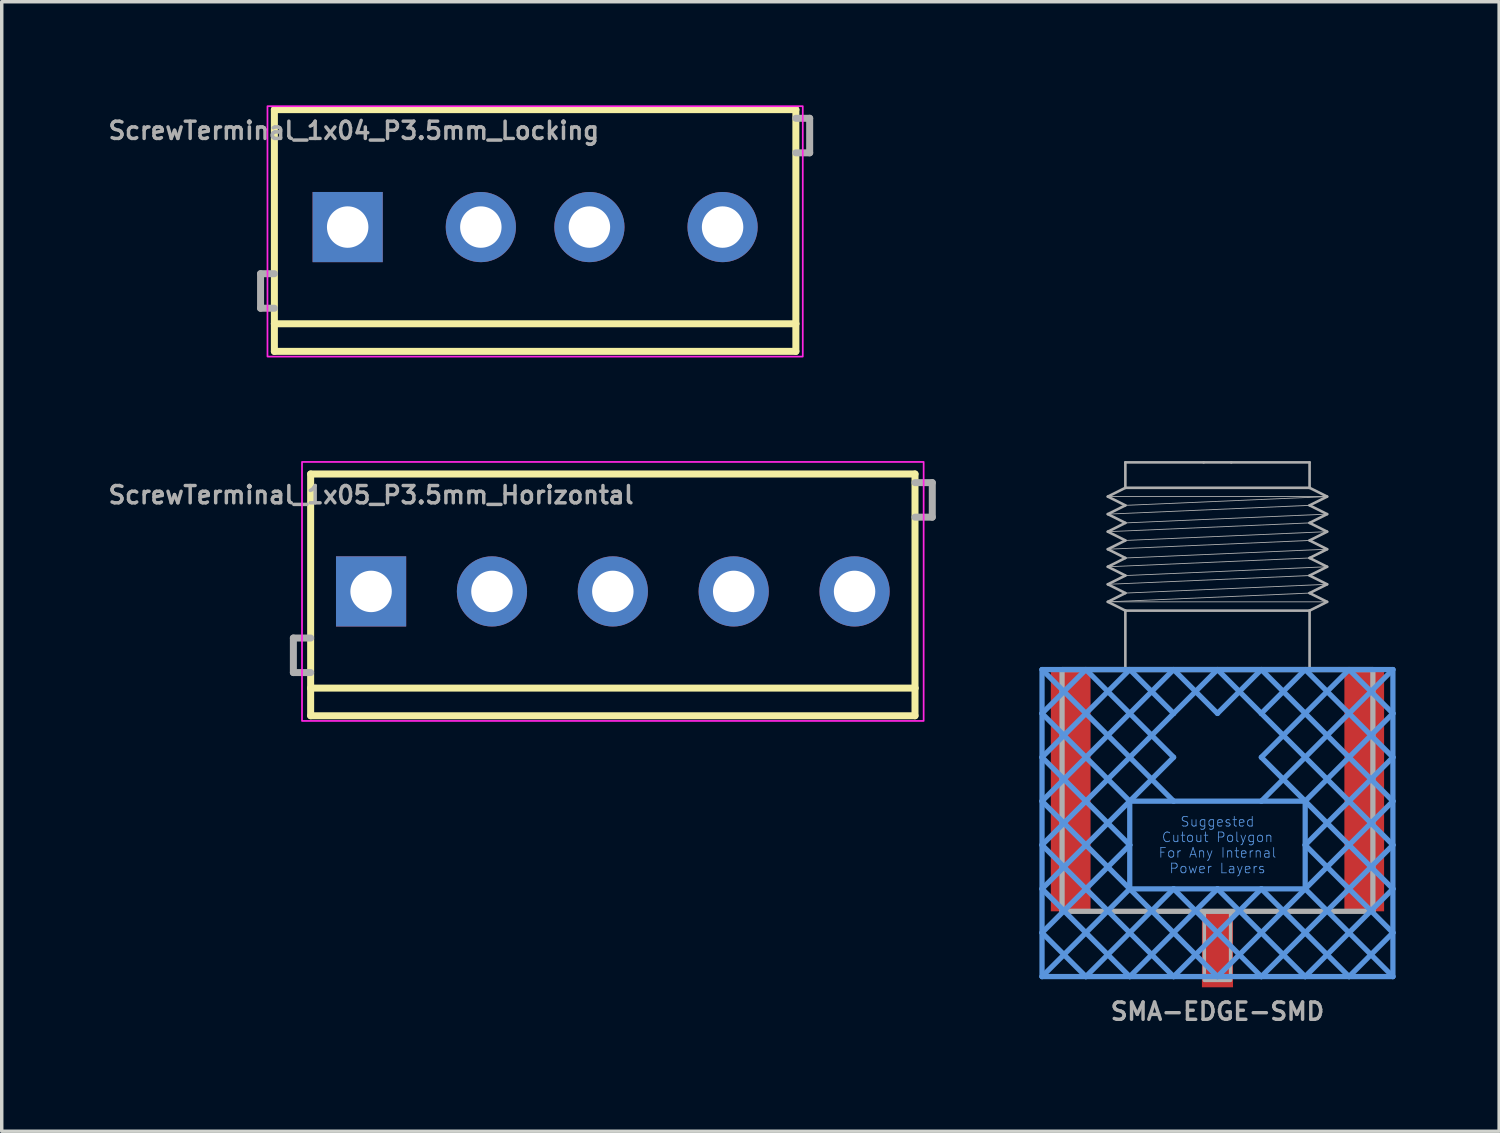
<source format=kicad_pcb>
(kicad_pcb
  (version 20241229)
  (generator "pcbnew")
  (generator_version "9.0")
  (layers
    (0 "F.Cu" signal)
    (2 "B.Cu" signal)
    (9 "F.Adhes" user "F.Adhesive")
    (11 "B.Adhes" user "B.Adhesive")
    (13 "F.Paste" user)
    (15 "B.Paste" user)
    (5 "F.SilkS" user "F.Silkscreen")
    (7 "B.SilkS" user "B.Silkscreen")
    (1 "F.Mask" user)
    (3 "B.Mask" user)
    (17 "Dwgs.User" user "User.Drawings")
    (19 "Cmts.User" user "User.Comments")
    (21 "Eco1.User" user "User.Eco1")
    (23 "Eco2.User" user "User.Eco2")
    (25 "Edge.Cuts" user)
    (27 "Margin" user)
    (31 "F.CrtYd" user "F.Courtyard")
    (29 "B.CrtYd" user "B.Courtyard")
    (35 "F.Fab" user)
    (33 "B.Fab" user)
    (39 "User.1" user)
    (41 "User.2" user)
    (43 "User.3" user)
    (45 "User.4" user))
  (footprint "ScrewTerminal_1x04_P3.5mm_Locking"
    (layer "F.Cu")
    (at 7.195 3.525)
    (property "Reference" "ScrewTerminal_1x04_P3.5mm_Locking" (at 0 -2.5 0) (layer "F.Fab") (effects (font (size 0.5 0.5) (thickness 0.1)) (justify bottom)))
    (attr through_hole)
    (fp_line (start -2.3 -3.4) (end 12.8 -3.4) (stroke (width 0.203) (type solid)) (layer "F.SilkS"))
    (fp_line (start -2.3 2.8) (end -2.3 -3.4) (stroke (width 0.203) (type solid)) (layer "F.SilkS"))
    (fp_line (start -2.3 3.6) (end -2.3 2.8) (stroke (width 0.203) (type solid)) (layer "F.SilkS"))
    (fp_line (start 12.8 -3.4) (end 12.8 2.8) (stroke (width 0.203) (type solid)) (layer "F.SilkS"))
    (fp_line (start 12.8 2.8) (end -2.3 2.8) (stroke (width 0.203) (type solid)) (layer "F.SilkS"))
    (fp_line (start 12.8 2.8) (end 12.8 3.6) (stroke (width 0.203) (type solid)) (layer "F.SilkS"))
    (fp_line (start 12.8 3.6) (end -2.3 3.6) (stroke (width 0.203) (type solid)) (layer "F.SilkS"))
    (fp_rect (start -2.5 -3.5) (end 13 3.75) (stroke (width 0.05) (type default)) (fill no) (layer "F.CrtYd"))
    (fp_line (start -2.7 1.35) (end -2.7 2.35) (stroke (width 0.203) (type solid)) (layer "F.Fab"))
    (fp_line (start -2.7 2.35) (end -2.3 2.35) (stroke (width 0.203) (type solid)) (layer "F.Fab"))
    (fp_line (start -2.3 1.35) (end -2.7 1.35) (stroke (width 0.203) (type solid)) (layer "F.Fab"))
    (fp_line (start 12.8 -3.15) (end 13.2 -3.15) (stroke (width 0.203) (type solid)) (layer "F.Fab"))
    (fp_line (start 13.2 -3.15) (end 13.2 -2.15) (stroke (width 0.203) (type solid)) (layer "F.Fab"))
    (fp_line (start 13.2 -2.15) (end 12.8 -2.15) (stroke (width 0.203) (type solid)) (layer "F.Fab"))
    (fp_circle (center 0 0) (end 0.425 0) (stroke (width 0.001) (type solid)) (fill no) (layer "F.Fab"))
    (fp_circle (center 3.5 0) (end 3.925 0) (stroke (width 0.001) (type solid)) (fill no) (layer "F.Fab"))
    (fp_circle (center 7 0) (end 7.425 0) (stroke (width 0.001) (type solid)) (fill no) (layer "F.Fab"))
    (fp_circle (center 10.5 0) (end 10.925 0) (stroke (width 0.001) (type solid)) (fill no) (layer "F.Fab"))
    (pad "1" thru_hole rect (at -0.178 0) (size 2.032 2.032) (drill 1.2) (layers "*.Cu" "*.Mask"))
    (pad "2" thru_hole circle (at 3.678 0) (size 2.032 2.032) (drill 1.2) (layers "*.Cu" "*.Mask"))
    (pad "3" thru_hole circle (at 6.822 0) (size 2.032 2.032) (drill 1.2) (layers "*.Cu" "*.Mask"))
    (pad "4" thru_hole circle (at 10.678 0) (size 2.032 2.032) (drill 1.2) (layers "*.Cu" "*.Mask")))
  (footprint "ScrewTerminal_1x05_P3.5mm_Horizontal"
    (layer "F.Cu")
    (at 7.695 14.075)
    (property "Reference" "ScrewTerminal_1x05_P3.5mm_Horizontal" (at 0 -2.5 0) (layer "F.Fab") (effects (font (size 0.5 0.5) (thickness 0.1)) (justify bottom)))
    (attr through_hole)
    (fp_line (start -1.75 -3.4) (end 15.75 -3.4) (stroke (width 0.203) (type solid)) (layer "F.SilkS"))
    (fp_line (start -1.75 2.8) (end -1.75 -3.4) (stroke (width 0.203) (type solid)) (layer "F.SilkS"))
    (fp_line (start -1.75 3.6) (end -1.75 2.8) (stroke (width 0.203) (type solid)) (layer "F.SilkS"))
    (fp_line (start 15.75 -3.4) (end 15.75 2.8) (stroke (width 0.203) (type solid)) (layer "F.SilkS"))
    (fp_line (start 15.75 2.8) (end -1.75 2.8) (stroke (width 0.203) (type solid)) (layer "F.SilkS"))
    (fp_line (start 15.75 2.8) (end 15.75 3.6) (stroke (width 0.203) (type solid)) (layer "F.SilkS"))
    (fp_line (start 15.75 3.6) (end -1.75 3.6) (stroke (width 0.203) (type solid)) (layer "F.SilkS"))
    (fp_rect (start -2 -3.75) (end 16 3.75) (stroke (width 0.05) (type default)) (fill no) (layer "F.CrtYd"))
    (fp_line (start -2.25 1.35) (end -2.25 2.35) (stroke (width 0.203) (type solid)) (layer "F.Fab"))
    (fp_line (start -2.25 2.35) (end -1.75 2.35) (stroke (width 0.203) (type solid)) (layer "F.Fab"))
    (fp_line (start -1.75 1.35) (end -2.25 1.35) (stroke (width 0.203) (type solid)) (layer "F.Fab"))
    (fp_line (start 15.75 -3.15) (end 16.25 -3.15) (stroke (width 0.203) (type solid)) (layer "F.Fab"))
    (fp_line (start 16.25 -3.15) (end 16.25 -2.15) (stroke (width 0.203) (type solid)) (layer "F.Fab"))
    (fp_line (start 16.25 -2.15) (end 15.75 -2.15) (stroke (width 0.203) (type solid)) (layer "F.Fab"))
    (pad "1" thru_hole rect (at 0 0) (size 2.032 2.032) (drill 1.2) (layers "*.Cu" "*.Mask"))
    (pad "2" thru_hole circle (at 3.5 0) (size 2.032 2.032) (drill 1.2) (layers "*.Cu" "*.Mask"))
    (pad "3" thru_hole circle (at 7 0) (size 2.032 2.032) (drill 1.2) (layers "*.Cu" "*.Mask"))
    (pad "4" thru_hole circle (at 10.5 0) (size 2.032 2.032) (drill 1.2) (layers "*.Cu" "*.Mask"))
    (pad "5" thru_hole circle (at 14 0) (size 2.032 2.032) (drill 1.2) (layers "*.Cu" "*.Mask")))
  (footprint "SMA-EDGE-SMD"
    (layer "F.Cu")
    (at 32.203 16.338)
    (property "Reference" "SMA-EDGE-SMD" (at 0 9.9 0) (layer "F.Fab") (effects (font (size 0.5 0.5) (thickness 0.1) (bold yes))))
    (fp_poly (pts (xy -4.93 7) (xy -3.68 7) (xy -3.68 0) (xy -4.93 0)) (stroke (width 0) (type default)) (fill yes) (layer "F.Paste"))
    (fp_poly (pts (xy -0.55 9.39) (xy 0.55 9.39) (xy 0.55 6.99) (xy -0.55 6.99)) (stroke (width 0) (type default)) (fill yes) (layer "F.Paste"))
    (fp_poly (pts (xy 3.68 7) (xy 4.93 7) (xy 4.93 0) (xy 3.68 0)) (stroke (width 0) (type default)) (fill yes) (layer "F.Paste"))
    (fp_line (start -5.08 0) (end -5.08 1.27) (stroke (width 0.152) (type solid)) (layer "Cmts.User"))
    (fp_line (start -5.08 0) (end -1.27 3.81) (stroke (width 0.152) (type solid)) (layer "Cmts.User"))
    (fp_line (start -5.08 1.27) (end -5.08 2.54) (stroke (width 0.152) (type solid)) (layer "Cmts.User"))
    (fp_line (start -5.08 1.27) (end -2.54 3.81) (stroke (width 0.152) (type solid)) (layer "Cmts.User"))
    (fp_line (start -5.08 2.54) (end -5.08 3.81) (stroke (width 0.152) (type solid)) (layer "Cmts.User"))
    (fp_line (start -5.08 2.54) (end -2.54 5.08) (stroke (width 0.152) (type solid)) (layer "Cmts.User"))
    (fp_line (start -5.08 3.81) (end -5.08 5.08) (stroke (width 0.152) (type solid)) (layer "Cmts.User"))
    (fp_line (start -5.08 3.81) (end -2.54 6.35) (stroke (width 0.152) (type solid)) (layer "Cmts.User"))
    (fp_line (start -5.08 5.08) (end -5.08 6.35) (stroke (width 0.152) (type solid)) (layer "Cmts.User"))
    (fp_line (start -5.08 5.08) (end -1.27 8.89) (stroke (width 0.152) (type solid)) (layer "Cmts.User"))
    (fp_line (start -5.08 6.35) (end -5.08 7.62) (stroke (width 0.152) (type solid)) (layer "Cmts.User"))
    (fp_line (start -5.08 6.35) (end -2.54 8.89) (stroke (width 0.152) (type solid)) (layer "Cmts.User"))
    (fp_line (start -5.08 7.62) (end -5.08 8.89) (stroke (width 0.152) (type solid)) (layer "Cmts.User"))
    (fp_line (start -5.08 7.62) (end -3.81 8.89) (stroke (width 0.152) (type solid)) (layer "Cmts.User"))
    (fp_line (start -5.08 8.89) (end -3.81 8.89) (stroke (width 0.152) (type solid)) (layer "Cmts.User"))
    (fp_line (start -3.81 0) (end -5.08 0) (stroke (width 0.152) (type solid)) (layer "Cmts.User"))
    (fp_line (start -3.81 0) (end -5.08 1.27) (stroke (width 0.152) (type solid)) (layer "Cmts.User"))
    (fp_line (start -3.81 0) (end -1.27 2.54) (stroke (width 0.152) (type solid)) (layer "Cmts.User"))
    (fp_line (start -3.81 8.89) (end -2.54 8.89) (stroke (width 0.152) (type solid)) (layer "Cmts.User"))
    (fp_line (start -2.54 0) (end -5.08 2.54) (stroke (width 0.152) (type solid)) (layer "Cmts.User"))
    (fp_line (start -2.54 0) (end -3.81 0) (stroke (width 0.152) (type solid)) (layer "Cmts.User"))
    (fp_line (start -2.54 0) (end -1.27 1.27) (stroke (width 0.152) (type solid)) (layer "Cmts.User"))
    (fp_line (start -2.54 3.81) (end -5.08 6.35) (stroke (width 0.152) (type solid)) (layer "Cmts.User"))
    (fp_line (start -2.54 3.81) (end -2.54 5.08) (stroke (width 0.152) (type solid)) (layer "Cmts.User"))
    (fp_line (start -2.54 5.08) (end -5.08 7.62) (stroke (width 0.152) (type solid)) (layer "Cmts.User"))
    (fp_line (start -2.54 5.08) (end -2.54 6.35) (stroke (width 0.152) (type solid)) (layer "Cmts.User"))
    (fp_line (start -2.54 6.35) (end -5.08 8.89) (stroke (width 0.152) (type solid)) (layer "Cmts.User"))
    (fp_line (start -2.54 6.35) (end -1.27 6.35) (stroke (width 0.152) (type solid)) (layer "Cmts.User"))
    (fp_line (start -2.54 6.35) (end 0 8.89) (stroke (width 0.152) (type solid)) (layer "Cmts.User"))
    (fp_line (start -2.54 8.89) (end -1.27 8.89) (stroke (width 0.152) (type solid)) (layer "Cmts.User"))
    (fp_line (start -1.27 0) (end -5.08 3.81) (stroke (width 0.152) (type solid)) (layer "Cmts.User"))
    (fp_line (start -1.27 0) (end -2.54 0) (stroke (width 0.152) (type solid)) (layer "Cmts.User"))
    (fp_line (start -1.27 0) (end 0 1.27) (stroke (width 0.152) (type solid)) (layer "Cmts.User"))
    (fp_line (start -1.27 1.27) (end -5.08 5.08) (stroke (width 0.152) (type solid)) (layer "Cmts.User"))
    (fp_line (start -1.27 2.54) (end -2.54 3.81) (stroke (width 0.152) (type solid)) (layer "Cmts.User"))
    (fp_line (start -1.27 3.81) (end -2.54 3.81) (stroke (width 0.152) (type solid)) (layer "Cmts.User"))
    (fp_line (start -1.27 6.35) (end -3.81 8.89) (stroke (width 0.152) (type solid)) (layer "Cmts.User"))
    (fp_line (start -1.27 6.35) (end 0 6.35) (stroke (width 0.152) (type solid)) (layer "Cmts.User"))
    (fp_line (start -1.27 6.35) (end 1.27 8.89) (stroke (width 0.152) (type solid)) (layer "Cmts.User"))
    (fp_line (start -1.27 8.89) (end 0 8.89) (stroke (width 0.152) (type solid)) (layer "Cmts.User"))
    (fp_line (start 0 0) (end -1.27 0) (stroke (width 0.152) (type solid)) (layer "Cmts.User"))
    (fp_line (start 0 0) (end -1.27 1.27) (stroke (width 0.152) (type solid)) (layer "Cmts.User"))
    (fp_line (start 0 0) (end 1.27 1.27) (stroke (width 0.152) (type solid)) (layer "Cmts.User"))
    (fp_line (start 0 6.35) (end -2.54 8.89) (stroke (width 0.152) (type solid)) (layer "Cmts.User"))
    (fp_line (start 0 6.35) (end 1.27 6.35) (stroke (width 0.152) (type solid)) (layer "Cmts.User"))
    (fp_line (start 0 6.35) (end 2.54 8.89) (stroke (width 0.152) (type solid)) (layer "Cmts.User"))
    (fp_line (start 0 8.89) (end 1.27 8.89) (stroke (width 0.152) (type solid)) (layer "Cmts.User"))
    (fp_line (start 1.27 0) (end 0 0) (stroke (width 0.152) (type solid)) (layer "Cmts.User"))
    (fp_line (start 1.27 0) (end 0 1.27) (stroke (width 0.152) (type solid)) (layer "Cmts.User"))
    (fp_line (start 1.27 0) (end 5.08 3.81) (stroke (width 0.152) (type solid)) (layer "Cmts.User"))
    (fp_line (start 1.27 1.27) (end 5.08 5.08) (stroke (width 0.152) (type solid)) (layer "Cmts.User"))
    (fp_line (start 1.27 2.54) (end 2.54 3.81) (stroke (width 0.152) (type solid)) (layer "Cmts.User"))
    (fp_line (start 1.27 3.81) (end -1.27 3.81) (stroke (width 0.152) (type solid)) (layer "Cmts.User"))
    (fp_line (start 1.27 6.35) (end -1.27 8.89) (stroke (width 0.152) (type solid)) (layer "Cmts.User"))
    (fp_line (start 1.27 6.35) (end 2.54 6.35) (stroke (width 0.152) (type solid)) (layer "Cmts.User"))
    (fp_line (start 1.27 6.35) (end 3.81 8.89) (stroke (width 0.152) (type solid)) (layer "Cmts.User"))
    (fp_line (start 1.27 8.89) (end 2.54 8.89) (stroke (width 0.152) (type solid)) (layer "Cmts.User"))
    (fp_line (start 2.54 0) (end 1.27 0) (stroke (width 0.152) (type solid)) (layer "Cmts.User"))
    (fp_line (start 2.54 0) (end 1.27 1.27) (stroke (width 0.152) (type solid)) (layer "Cmts.User"))
    (fp_line (start 2.54 0) (end 5.08 2.54) (stroke (width 0.152) (type solid)) (layer "Cmts.User"))
    (fp_line (start 2.54 3.81) (end 1.27 3.81) (stroke (width 0.152) (type solid)) (layer "Cmts.User"))
    (fp_line (start 2.54 3.81) (end 5.08 6.35) (stroke (width 0.152) (type solid)) (layer "Cmts.User"))
    (fp_line (start 2.54 5.08) (end 2.54 3.81) (stroke (width 0.152) (type solid)) (layer "Cmts.User"))
    (fp_line (start 2.54 5.08) (end 5.08 7.62) (stroke (width 0.152) (type solid)) (layer "Cmts.User"))
    (fp_line (start 2.54 6.35) (end 0 8.89) (stroke (width 0.152) (type solid)) (layer "Cmts.User"))
    (fp_line (start 2.54 6.35) (end 2.54 5.08) (stroke (width 0.152) (type solid)) (layer "Cmts.User"))
    (fp_line (start 2.54 6.35) (end 5.08 8.89) (stroke (width 0.152) (type solid)) (layer "Cmts.User"))
    (fp_line (start 2.54 8.89) (end 3.81 8.89) (stroke (width 0.152) (type solid)) (layer "Cmts.User"))
    (fp_line (start 3.81 0) (end 1.27 2.54) (stroke (width 0.152) (type solid)) (layer "Cmts.User"))
    (fp_line (start 3.81 0) (end 2.54 0) (stroke (width 0.152) (type solid)) (layer "Cmts.User"))
    (fp_line (start 3.81 8.89) (end 5.08 8.89) (stroke (width 0.152) (type solid)) (layer "Cmts.User"))
    (fp_line (start 5.08 0) (end 1.27 3.81) (stroke (width 0.152) (type solid)) (layer "Cmts.User"))
    (fp_line (start 5.08 0) (end 3.81 0) (stroke (width 0.152) (type solid)) (layer "Cmts.User"))
    (fp_line (start 5.08 1.27) (end 2.54 3.81) (stroke (width 0.152) (type solid)) (layer "Cmts.User"))
    (fp_line (start 5.08 1.27) (end 3.81 0) (stroke (width 0.152) (type solid)) (layer "Cmts.User"))
    (fp_line (start 5.08 1.27) (end 5.08 0) (stroke (width 0.152) (type solid)) (layer "Cmts.User"))
    (fp_line (start 5.08 2.54) (end 2.54 5.08) (stroke (width 0.152) (type solid)) (layer "Cmts.User"))
    (fp_line (start 5.08 2.54) (end 5.08 1.27) (stroke (width 0.152) (type solid)) (layer "Cmts.User"))
    (fp_line (start 5.08 3.81) (end 2.54 6.35) (stroke (width 0.152) (type solid)) (layer "Cmts.User"))
    (fp_line (start 5.08 3.81) (end 5.08 2.54) (stroke (width 0.152) (type solid)) (layer "Cmts.User"))
    (fp_line (start 5.08 5.08) (end 1.27 8.89) (stroke (width 0.152) (type solid)) (layer "Cmts.User"))
    (fp_line (start 5.08 5.08) (end 5.08 3.81) (stroke (width 0.152) (type solid)) (layer "Cmts.User"))
    (fp_line (start 5.08 6.35) (end 2.54 8.89) (stroke (width 0.152) (type solid)) (layer "Cmts.User"))
    (fp_line (start 5.08 6.35) (end 5.08 5.08) (stroke (width 0.152) (type solid)) (layer "Cmts.User"))
    (fp_line (start 5.08 7.62) (end 3.81 8.89) (stroke (width 0.152) (type solid)) (layer "Cmts.User"))
    (fp_line (start 5.08 7.62) (end 5.08 6.35) (stroke (width 0.152) (type solid)) (layer "Cmts.User"))
    (fp_line (start 5.08 8.89) (end 5.08 7.62) (stroke (width 0.152) (type solid)) (layer "Cmts.User"))
    (fp_line (start -4.5 0) (end -2.667 0) (stroke (width 0.152) (type solid)) (layer "F.Fab"))
    (fp_line (start -4.5 7) (end -4.5 0) (stroke (width 0.152) (type solid)) (layer "F.Fab"))
    (fp_line (start -3.175 -5.009) (end -2.667 -5.263) (stroke (width 0.076) (type solid)) (layer "F.Fab"))
    (fp_line (start -3.175 -4.501) (end -2.667 -4.755) (stroke (width 0.076) (type solid)) (layer "F.Fab"))
    (fp_line (start -3.175 -4.501) (end 2.667 -4.755) (stroke (width 0.025) (type solid)) (layer "F.Fab"))
    (fp_line (start -3.175 -3.993) (end -2.667 -4.247) (stroke (width 0.076) (type solid)) (layer "F.Fab"))
    (fp_line (start -3.175 -3.993) (end -2.667 -3.739) (stroke (width 0.076) (type solid)) (layer "F.Fab"))
    (fp_line (start -3.175 -3.993) (end 2.667 -4.247) (stroke (width 0.025) (type solid)) (layer "F.Fab"))
    (fp_line (start -3.175 -3.485) (end -2.667 -3.739) (stroke (width 0.076) (type solid)) (layer "F.Fab"))
    (fp_line (start -3.175 -3.485) (end 2.667 -3.739) (stroke (width 0.025) (type solid)) (layer "F.Fab"))
    (fp_line (start -3.175 -2.977) (end -2.667 -3.231) (stroke (width 0.076) (type solid)) (layer "F.Fab"))
    (fp_line (start -3.175 -2.977) (end 2.667 -3.231) (stroke (width 0.025) (type solid)) (layer "F.Fab"))
    (fp_line (start -3.175 -2.469) (end -2.667 -2.723) (stroke (width 0.076) (type solid)) (layer "F.Fab"))
    (fp_line (start -3.175 -2.469) (end 2.667 -2.723) (stroke (width 0.025) (type solid)) (layer "F.Fab"))
    (fp_line (start -3.175 -1.961) (end -2.667 -2.215) (stroke (width 0.076) (type solid)) (layer "F.Fab"))
    (fp_line (start -3.175 -1.961) (end 2.667 -2.215) (stroke (width 0.025) (type solid)) (layer "F.Fab"))
    (fp_line (start -3.175 -1.961) (end 3.175 -1.961) (stroke (width 0.025) (type solid)) (layer "F.Fab"))
    (fp_line (start -2.667 -6) (end -0.4 -6) (stroke (width 0.076) (type solid)) (layer "F.Fab"))
    (fp_line (start -2.667 -5.263) (end -2.667 -6) (stroke (width 0.076) (type solid)) (layer "F.Fab"))
    (fp_line (start -2.667 -5.263) (end 2.667 -5.263) (stroke (width 0.076) (type solid)) (layer "F.Fab"))
    (fp_line (start -2.667 -4.755) (end -3.175 -5.009) (stroke (width 0.076) (type solid)) (layer "F.Fab"))
    (fp_line (start -2.667 -4.755) (end 3.175 -5.009) (stroke (width 0.025) (type solid)) (layer "F.Fab"))
    (fp_line (start -2.667 -4.247) (end -3.175 -4.501) (stroke (width 0.076) (type solid)) (layer "F.Fab"))
    (fp_line (start -2.667 -4.247) (end 3.175 -4.501) (stroke (width 0.025) (type solid)) (layer "F.Fab"))
    (fp_line (start -2.667 -3.739) (end 3.175 -3.993) (stroke (width 0.025) (type solid)) (layer "F.Fab"))
    (fp_line (start -2.667 -3.231) (end -3.175 -3.485) (stroke (width 0.076) (type solid)) (layer "F.Fab"))
    (fp_line (start -2.667 -3.231) (end 3.175 -3.485) (stroke (width 0.025) (type solid)) (layer "F.Fab"))
    (fp_line (start -2.667 -2.723) (end -3.175 -2.977) (stroke (width 0.076) (type solid)) (layer "F.Fab"))
    (fp_line (start -2.667 -2.723) (end 3.175 -2.977) (stroke (width 0.025) (type solid)) (layer "F.Fab"))
    (fp_line (start -2.667 -2.215) (end -3.175 -2.469) (stroke (width 0.076) (type solid)) (layer "F.Fab"))
    (fp_line (start -2.667 -2.215) (end 3.175 -2.469) (stroke (width 0.025) (type solid)) (layer "F.Fab"))
    (fp_line (start -2.667 -1.707) (end -3.175 -1.961) (stroke (width 0.076) (type solid)) (layer "F.Fab"))
    (fp_line (start -2.667 -1.707) (end 2.667 -1.707) (stroke (width 0.076) (type solid)) (layer "F.Fab"))
    (fp_line (start -2.667 0) (end -2.667 -1.707) (stroke (width 0.076) (type solid)) (layer "F.Fab"))
    (fp_line (start -2.667 0) (end 2.667 0) (stroke (width 0.152) (type solid)) (layer "F.Fab"))
    (fp_line (start -0.4 -6) (end 0.4 -6) (stroke (width 0.076) (type solid)) (layer "F.Fab"))
    (fp_line (start 0.4 -6) (end 2.667 -6) (stroke (width 0.076) (type solid)) (layer "F.Fab"))
    (fp_line (start 2.667 -6) (end 2.667 -5.263) (stroke (width 0.076) (type solid)) (layer "F.Fab"))
    (fp_line (start 2.667 -5.263) (end 3.175 -5.009) (stroke (width 0.076) (type solid)) (layer "F.Fab"))
    (fp_line (start 2.667 -4.755) (end 3.175 -4.501) (stroke (width 0.076) (type solid)) (layer "F.Fab"))
    (fp_line (start 2.667 -4.247) (end 3.175 -3.993) (stroke (width 0.076) (type solid)) (layer "F.Fab"))
    (fp_line (start 2.667 -3.739) (end 3.175 -3.485) (stroke (width 0.076) (type solid)) (layer "F.Fab"))
    (fp_line (start 2.667 -3.231) (end 3.175 -2.977) (stroke (width 0.076) (type solid)) (layer "F.Fab"))
    (fp_line (start 2.667 -2.723) (end 3.175 -2.469) (stroke (width 0.076) (type solid)) (layer "F.Fab"))
    (fp_line (start 2.667 -2.215) (end 3.175 -1.961) (stroke (width 0.076) (type solid)) (layer "F.Fab"))
    (fp_line (start 2.667 -1.707) (end 2.667 0) (stroke (width 0.076) (type solid)) (layer "F.Fab"))
    (fp_line (start 2.667 0) (end 4.5 0) (stroke (width 0.152) (type solid)) (layer "F.Fab"))
    (fp_line (start 3.175 -5.009) (end -3.175 -5.009) (stroke (width 0.025) (type solid)) (layer "F.Fab"))
    (fp_line (start 3.175 -5.009) (end 2.667 -4.755) (stroke (width 0.076) (type solid)) (layer "F.Fab"))
    (fp_line (start 3.175 -4.501) (end 2.667 -4.247) (stroke (width 0.076) (type solid)) (layer "F.Fab"))
    (fp_line (start 3.175 -3.993) (end 2.667 -3.739) (stroke (width 0.076) (type solid)) (layer "F.Fab"))
    (fp_line (start 3.175 -3.485) (end 2.667 -3.231) (stroke (width 0.076) (type solid)) (layer "F.Fab"))
    (fp_line (start 3.175 -2.977) (end 2.667 -2.723) (stroke (width 0.076) (type solid)) (layer "F.Fab"))
    (fp_line (start 3.175 -2.469) (end 2.667 -2.215) (stroke (width 0.076) (type solid)) (layer "F.Fab"))
    (fp_line (start 3.175 -1.961) (end 2.667 -1.707) (stroke (width 0.076) (type solid)) (layer "F.Fab"))
    (fp_line (start 4.5 0) (end 4.5 7) (stroke (width 0.152) (type solid)) (layer "F.Fab"))
    (fp_line (start 4.5 7) (end -4.5 7) (stroke (width 0.152) (type solid)) (layer "F.Fab"))
    (fp_poly (pts (xy 0.38 7) (xy -0.38 7) (xy -0.38 9) (xy 0.38 9)) (stroke (width 0.1) (type default)) (fill no) (layer "F.Fab"))
    (fp_text user "Suggested\nCutout Polygon\nFor Any Internal\nPower Layers" (at 0 5.08 0) (layer "Cmts.User") (effects (font (size 0.28 0.28) (thickness 0.024))))
    (pad "GND@0" smd rect (at -4.25 3.5) (size 1.15 7) (layers "F.Cu" "F.Mask"))
    (pad "GND@1" smd rect (at 4.25 3.5) (size 1.15 7) (layers "F.Cu" "F.Mask"))
    (pad "SIG" smd rect (at 0 8.1) (size 0.9 2.2) (layers "F.Cu" "F.Mask")))
  (gr_rect
    (start -3 -3)
    (end 40.359 29.706)
    (stroke (width 0.1) (type default))
    (fill no)
    (layer "Edge.Cuts")))
</source>
